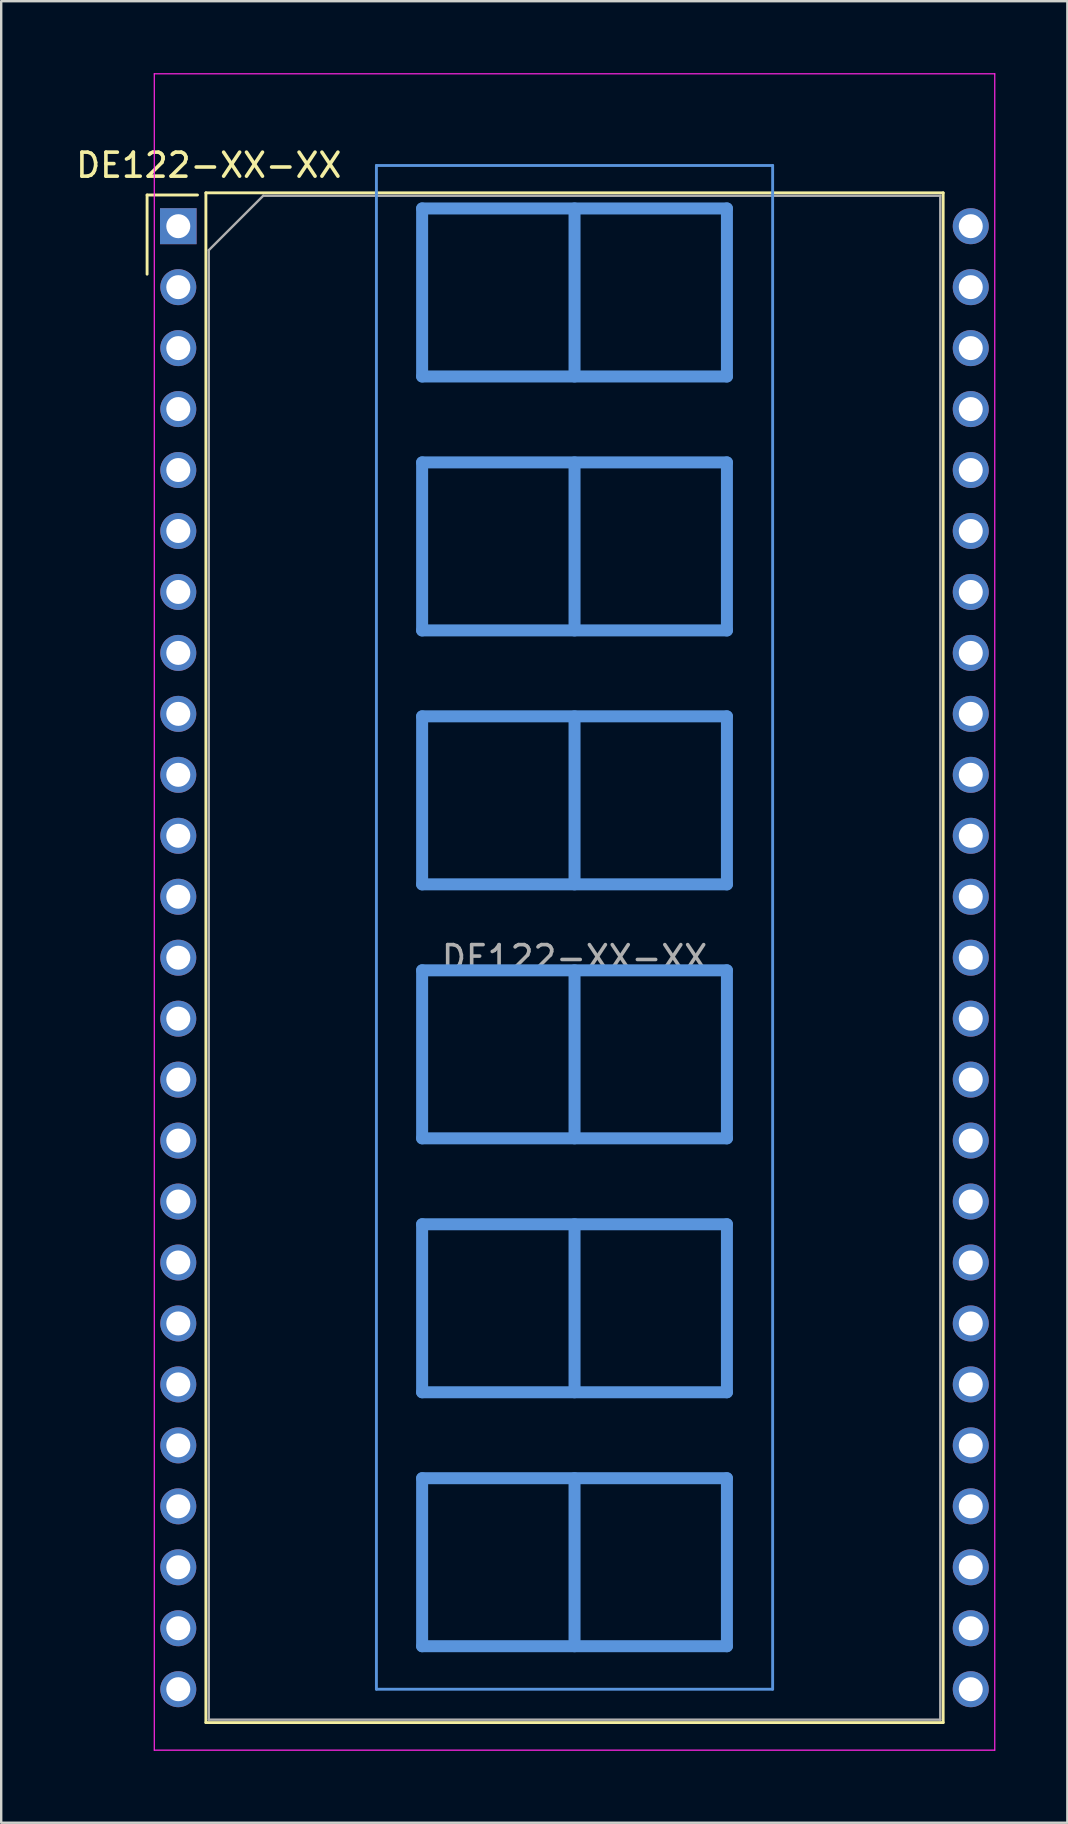
<source format=kicad_pcb>
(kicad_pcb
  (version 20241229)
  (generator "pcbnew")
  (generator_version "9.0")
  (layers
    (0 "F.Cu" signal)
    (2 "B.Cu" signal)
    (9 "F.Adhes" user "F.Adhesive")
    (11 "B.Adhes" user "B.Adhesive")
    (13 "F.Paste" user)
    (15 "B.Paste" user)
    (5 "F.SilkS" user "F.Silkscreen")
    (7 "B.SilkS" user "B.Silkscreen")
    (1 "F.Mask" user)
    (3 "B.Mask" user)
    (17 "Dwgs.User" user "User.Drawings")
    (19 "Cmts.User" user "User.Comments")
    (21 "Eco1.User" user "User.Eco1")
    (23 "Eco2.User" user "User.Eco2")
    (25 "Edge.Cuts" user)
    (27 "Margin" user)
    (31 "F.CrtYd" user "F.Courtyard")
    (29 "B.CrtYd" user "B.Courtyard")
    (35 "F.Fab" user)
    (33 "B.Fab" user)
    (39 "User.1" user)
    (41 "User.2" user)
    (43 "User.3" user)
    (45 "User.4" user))
  (footprint "DE122-XX-XX"
    (layer "F.Cu")
    (at 4.379 6.375)
    (property "Reference" "DE122-XX-XX" (at 1.27 -2.54 0) (layer "F.SilkS") (effects (font (size 1 1) (thickness 0.15))))
    (attr through_hole)
    (fp_line (start -1.3 -1.3) (end -1.3 2) (stroke (width 0.12) (type solid)) (layer "F.SilkS"))
    (fp_line (start -1.3 -1.3) (end 0.8 -1.3) (stroke (width 0.12) (type solid)) (layer "F.SilkS"))
    (fp_line (start 1.15 -1.39) (end 1.15 62.35) (stroke (width 0.12) (type solid)) (layer "F.SilkS"))
    (fp_line (start 1.15 62.35) (end 31.87 62.35) (stroke (width 0.12) (type solid)) (layer "F.SilkS"))
    (fp_line (start 31.87 -1.39) (end 1.15 -1.39) (stroke (width 0.12) (type solid)) (layer "F.SilkS"))
    (fp_line (start 31.87 62.35) (end 31.87 -1.39) (stroke (width 0.12) (type solid)) (layer "F.SilkS"))
    (fp_line (start 8.255 -2.53) (end 8.255 60.96) (stroke (width 0.12) (type solid)) (layer "Cmts.User"))
    (fp_line (start 8.255 -2.53) (end 24.765 -2.53) (stroke (width 0.12) (type solid)) (layer "Cmts.User"))
    (fp_line (start 8.255 60.96) (end 24.765 60.96) (stroke (width 0.12) (type solid)) (layer "Cmts.User"))
    (fp_line (start 10.16 -0.739) (end 22.86 -0.739) (stroke (width 0.5) (type solid)) (layer "Cmts.User"))
    (fp_line (start 10.16 6.261) (end 10.16 -0.739) (stroke (width 0.5) (type solid)) (layer "Cmts.User"))
    (fp_line (start 10.16 9.843) (end 22.86 9.843) (stroke (width 0.5) (type solid)) (layer "Cmts.User"))
    (fp_line (start 10.16 16.843) (end 10.16 9.843) (stroke (width 0.5) (type solid)) (layer "Cmts.User"))
    (fp_line (start 10.16 20.424) (end 22.86 20.424) (stroke (width 0.5) (type solid)) (layer "Cmts.User"))
    (fp_line (start 10.16 27.424) (end 10.16 20.424) (stroke (width 0.5) (type solid)) (layer "Cmts.User"))
    (fp_line (start 10.16 31.006) (end 22.86 31.006) (stroke (width 0.5) (type solid)) (layer "Cmts.User"))
    (fp_line (start 10.16 38.006) (end 10.16 31.006) (stroke (width 0.5) (type solid)) (layer "Cmts.User"))
    (fp_line (start 10.16 41.587) (end 22.86 41.587) (stroke (width 0.5) (type solid)) (layer "Cmts.User"))
    (fp_line (start 10.16 48.587) (end 10.16 41.587) (stroke (width 0.5) (type solid)) (layer "Cmts.User"))
    (fp_line (start 10.16 52.169) (end 22.86 52.169) (stroke (width 0.5) (type solid)) (layer "Cmts.User"))
    (fp_line (start 10.16 59.169) (end 10.16 52.169) (stroke (width 0.5) (type solid)) (layer "Cmts.User"))
    (fp_line (start 16.51 -0.739) (end 16.51 6.261) (stroke (width 0.5) (type solid)) (layer "Cmts.User"))
    (fp_line (start 16.51 9.843) (end 16.51 16.843) (stroke (width 0.5) (type solid)) (layer "Cmts.User"))
    (fp_line (start 16.51 20.424) (end 16.51 27.424) (stroke (width 0.5) (type solid)) (layer "Cmts.User"))
    (fp_line (start 16.51 31.006) (end 16.51 38.006) (stroke (width 0.5) (type solid)) (layer "Cmts.User"))
    (fp_line (start 16.51 41.587) (end 16.51 48.587) (stroke (width 0.5) (type solid)) (layer "Cmts.User"))
    (fp_line (start 16.51 52.169) (end 16.51 59.169) (stroke (width 0.5) (type solid)) (layer "Cmts.User"))
    (fp_line (start 22.86 -0.739) (end 22.86 6.261) (stroke (width 0.5) (type solid)) (layer "Cmts.User"))
    (fp_line (start 22.86 6.261) (end 10.16 6.261) (stroke (width 0.5) (type solid)) (layer "Cmts.User"))
    (fp_line (start 22.86 9.843) (end 22.86 16.843) (stroke (width 0.5) (type solid)) (layer "Cmts.User"))
    (fp_line (start 22.86 16.843) (end 10.16 16.843) (stroke (width 0.5) (type solid)) (layer "Cmts.User"))
    (fp_line (start 22.86 20.424) (end 22.86 27.424) (stroke (width 0.5) (type solid)) (layer "Cmts.User"))
    (fp_line (start 22.86 27.424) (end 10.16 27.424) (stroke (width 0.5) (type solid)) (layer "Cmts.User"))
    (fp_line (start 22.86 31.006) (end 22.86 38.006) (stroke (width 0.5) (type solid)) (layer "Cmts.User"))
    (fp_line (start 22.86 38.006) (end 10.16 38.006) (stroke (width 0.5) (type solid)) (layer "Cmts.User"))
    (fp_line (start 22.86 41.587) (end 22.86 48.587) (stroke (width 0.5) (type solid)) (layer "Cmts.User"))
    (fp_line (start 22.86 48.587) (end 10.16 48.587) (stroke (width 0.5) (type solid)) (layer "Cmts.User"))
    (fp_line (start 22.86 52.169) (end 22.86 59.169) (stroke (width 0.5) (type solid)) (layer "Cmts.User"))
    (fp_line (start 22.86 59.169) (end 10.16 59.169) (stroke (width 0.5) (type solid)) (layer "Cmts.User"))
    (fp_line (start 24.765 60.96) (end 24.765 -2.53) (stroke (width 0.12) (type solid)) (layer "Cmts.User"))
    (fp_line (start -1 -6.35) (end 34.02 -6.35) (stroke (width 0.05) (type solid)) (layer "F.CrtYd"))
    (fp_line (start -1 63.5) (end -1 -6.35) (stroke (width 0.05) (type solid)) (layer "F.CrtYd"))
    (fp_line (start 34.02 -6.35) (end 34.02 63.5) (stroke (width 0.05) (type solid)) (layer "F.CrtYd"))
    (fp_line (start 34.02 63.5) (end -1 63.5) (stroke (width 0.05) (type solid)) (layer "F.CrtYd"))
    (fp_line (start 1.27 1) (end 3.54 -1.27) (stroke (width 0.1) (type solid)) (layer "F.Fab"))
    (fp_line (start 1.27 62.23) (end 1.27 1) (stroke (width 0.1) (type solid)) (layer "F.Fab"))
    (fp_line (start 3.54 -1.27) (end 31.75 -1.27) (stroke (width 0.1) (type solid)) (layer "F.Fab"))
    (fp_line (start 31.75 -1.27) (end 31.75 62.23) (stroke (width 0.1) (type solid)) (layer "F.Fab"))
    (fp_line (start 31.75 62.23) (end 1.27 62.23) (stroke (width 0.1) (type solid)) (layer "F.Fab"))
    (fp_text user "${REFERENCE}" (at 16.51 30.48 0) (layer "F.Fab") (effects (font (size 1 1) (thickness 0.15))))
    (pad "1" thru_hole rect (at 0 0 270) (size 1.5 1.524) (drill 1) (layers "*.Cu" "*.Mask"))
    (pad "2" thru_hole circle (at 0 2.54 270) (size 1.5 1.5) (drill 1) (layers "*.Cu" "*.Mask"))
    (pad "3" thru_hole circle (at 0 5.08 270) (size 1.5 1.5) (drill 1) (layers "*.Cu" "*.Mask"))
    (pad "4" thru_hole circle (at 0 7.62 270) (size 1.5 1.5) (drill 1) (layers "*.Cu" "*.Mask"))
    (pad "5" thru_hole circle (at 0 10.16 270) (size 1.5 1.5) (drill 1) (layers "*.Cu" "*.Mask"))
    (pad "6" thru_hole circle (at 0 12.7 270) (size 1.5 1.5) (drill 1) (layers "*.Cu" "*.Mask"))
    (pad "7" thru_hole circle (at 0 15.24 270) (size 1.5 1.5) (drill 1) (layers "*.Cu" "*.Mask"))
    (pad "8" thru_hole circle (at 0 17.78 270) (size 1.5 1.5) (drill 1) (layers "*.Cu" "*.Mask"))
    (pad "9" thru_hole circle (at 0 20.32 270) (size 1.5 1.5) (drill 1) (layers "*.Cu" "*.Mask"))
    (pad "10" thru_hole circle (at 0 22.86 270) (size 1.5 1.5) (drill 1) (layers "*.Cu" "*.Mask"))
    (pad "11" thru_hole circle (at 0 25.4 270) (size 1.5 1.5) (drill 1) (layers "*.Cu" "*.Mask"))
    (pad "12" thru_hole circle (at 0 27.94 270) (size 1.5 1.5) (drill 1) (layers "*.Cu" "*.Mask"))
    (pad "13" thru_hole circle (at 0 30.48 270) (size 1.5 1.5) (drill 1) (layers "*.Cu" "*.Mask"))
    (pad "14" thru_hole circle (at 0 33.02 270) (size 1.5 1.5) (drill 1) (layers "*.Cu" "*.Mask"))
    (pad "15" thru_hole circle (at 0 35.56 270) (size 1.5 1.5) (drill 1) (layers "*.Cu" "*.Mask"))
    (pad "16" thru_hole circle (at 0 38.1 270) (size 1.5 1.5) (drill 1) (layers "*.Cu" "*.Mask"))
    (pad "17" thru_hole circle (at 0 40.64 270) (size 1.5 1.5) (drill 1) (layers "*.Cu" "*.Mask"))
    (pad "18" thru_hole circle (at 0 43.18 270) (size 1.5 1.5) (drill 1) (layers "*.Cu" "*.Mask"))
    (pad "19" thru_hole circle (at 0 45.72 270) (size 1.5 1.5) (drill 1) (layers "*.Cu" "*.Mask"))
    (pad "20" thru_hole circle (at 0 48.26 270) (size 1.5 1.5) (drill 1) (layers "*.Cu" "*.Mask"))
    (pad "21" thru_hole circle (at 0 50.8 270) (size 1.5 1.5) (drill 1) (layers "*.Cu" "*.Mask"))
    (pad "22" thru_hole circle (at 0 53.34 270) (size 1.5 1.5) (drill 1) (layers "*.Cu" "*.Mask"))
    (pad "23" thru_hole circle (at 0 55.88 270) (size 1.5 1.5) (drill 1) (layers "*.Cu" "*.Mask"))
    (pad "24" thru_hole circle (at 0 58.42 270) (size 1.5 1.5) (drill 1) (layers "*.Cu" "*.Mask"))
    (pad "25" thru_hole circle (at 0 60.96 270) (size 1.5 1.5) (drill 1) (layers "*.Cu" "*.Mask"))
    (pad "26" thru_hole circle (at 33.02 60.96 270) (size 1.5 1.5) (drill 1) (layers "*.Cu" "*.Mask"))
    (pad "27" thru_hole circle (at 33.02 58.42 270) (size 1.5 1.5) (drill 1) (layers "*.Cu" "*.Mask"))
    (pad "28" thru_hole circle (at 33.02 55.88 270) (size 1.5 1.5) (drill 1) (layers "*.Cu" "*.Mask"))
    (pad "29" thru_hole circle (at 33.02 53.34 270) (size 1.5 1.5) (drill 1) (layers "*.Cu" "*.Mask"))
    (pad "30" thru_hole circle (at 33.02 50.8 270) (size 1.5 1.5) (drill 1) (layers "*.Cu" "*.Mask"))
    (pad "31" thru_hole circle (at 33.02 48.26 270) (size 1.5 1.5) (drill 1) (layers "*.Cu" "*.Mask"))
    (pad "32" thru_hole circle (at 33.02 45.72 270) (size 1.5 1.5) (drill 1) (layers "*.Cu" "*.Mask"))
    (pad "33" thru_hole circle (at 33.02 43.18 270) (size 1.5 1.5) (drill 1) (layers "*.Cu" "*.Mask"))
    (pad "34" thru_hole circle (at 33.02 40.64 270) (size 1.5 1.5) (drill 1) (layers "*.Cu" "*.Mask"))
    (pad "35" thru_hole circle (at 33.02 38.1 270) (size 1.5 1.5) (drill 1) (layers "*.Cu" "*.Mask"))
    (pad "36" thru_hole circle (at 33.02 35.56 270) (size 1.5 1.5) (drill 1) (layers "*.Cu" "*.Mask"))
    (pad "37" thru_hole circle (at 33.02 33.02 270) (size 1.5 1.5) (drill 1) (layers "*.Cu" "*.Mask"))
    (pad "38" thru_hole circle (at 33.02 30.48 270) (size 1.5 1.5) (drill 1) (layers "*.Cu" "*.Mask"))
    (pad "39" thru_hole circle (at 33.02 27.94 270) (size 1.5 1.5) (drill 1) (layers "*.Cu" "*.Mask"))
    (pad "40" thru_hole circle (at 33.02 25.4 270) (size 1.5 1.5) (drill 1) (layers "*.Cu" "*.Mask"))
    (pad "41" thru_hole circle (at 33.02 22.86 270) (size 1.5 1.5) (drill 1) (layers "*.Cu" "*.Mask"))
    (pad "42" thru_hole circle (at 33.02 20.32 270) (size 1.5 1.5) (drill 1) (layers "*.Cu" "*.Mask"))
    (pad "43" thru_hole circle (at 33.02 17.78 270) (size 1.5 1.5) (drill 1) (layers "*.Cu" "*.Mask"))
    (pad "44" thru_hole circle (at 33.02 15.24 270) (size 1.5 1.5) (drill 1) (layers "*.Cu" "*.Mask"))
    (pad "45" thru_hole circle (at 33.02 12.7 270) (size 1.5 1.5) (drill 1) (layers "*.Cu" "*.Mask"))
    (pad "46" thru_hole circle (at 33.02 10.16 270) (size 1.5 1.5) (drill 1) (layers "*.Cu" "*.Mask"))
    (pad "47" thru_hole circle (at 33.02 7.62 270) (size 1.5 1.5) (drill 1) (layers "*.Cu" "*.Mask"))
    (pad "48" thru_hole circle (at 33.02 5.08 270) (size 1.5 1.5) (drill 1) (layers "*.Cu" "*.Mask"))
    (pad "49" thru_hole circle (at 33.02 2.54 270) (size 1.5 1.5) (drill 1) (layers "*.Cu" "*.Mask"))
    (pad "50" thru_hole circle (at 33.02 0 270) (size 1.5 1.5) (drill 1) (layers "*.Cu" "*.Mask")))
  (gr_rect
    (start -3 -3)
    (end 41.424 72.9)
    (stroke (width 0.1) (type default))
    (fill no)
    (layer "Edge.Cuts")))
</source>
